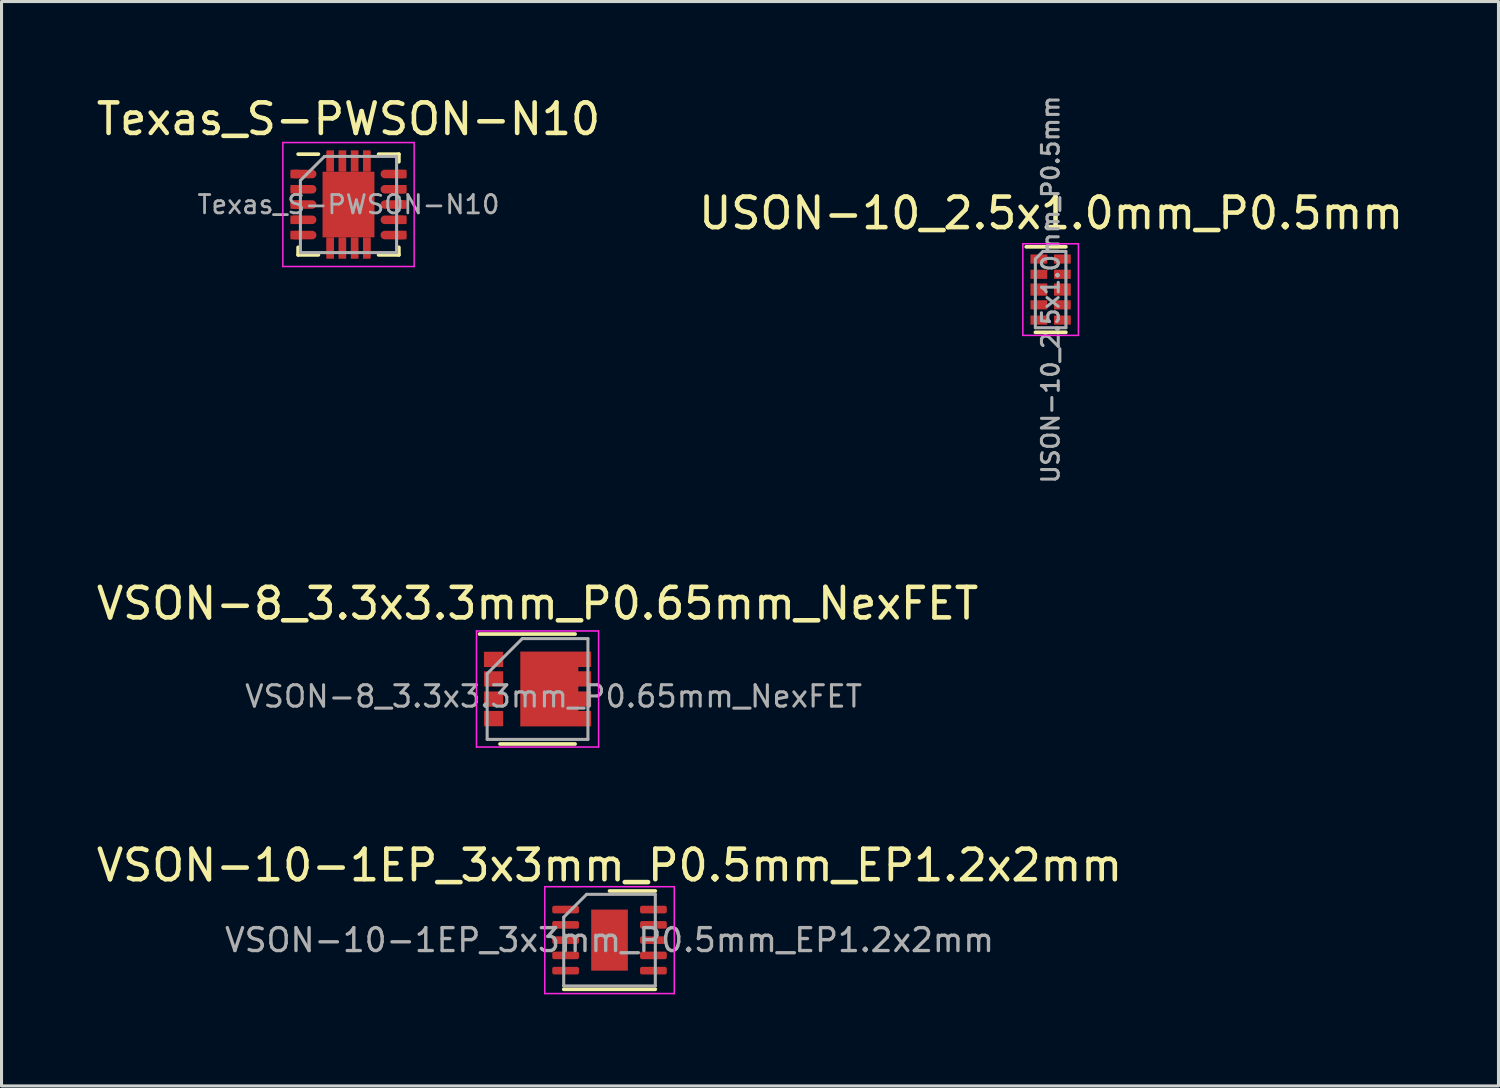
<source format=kicad_pcb>
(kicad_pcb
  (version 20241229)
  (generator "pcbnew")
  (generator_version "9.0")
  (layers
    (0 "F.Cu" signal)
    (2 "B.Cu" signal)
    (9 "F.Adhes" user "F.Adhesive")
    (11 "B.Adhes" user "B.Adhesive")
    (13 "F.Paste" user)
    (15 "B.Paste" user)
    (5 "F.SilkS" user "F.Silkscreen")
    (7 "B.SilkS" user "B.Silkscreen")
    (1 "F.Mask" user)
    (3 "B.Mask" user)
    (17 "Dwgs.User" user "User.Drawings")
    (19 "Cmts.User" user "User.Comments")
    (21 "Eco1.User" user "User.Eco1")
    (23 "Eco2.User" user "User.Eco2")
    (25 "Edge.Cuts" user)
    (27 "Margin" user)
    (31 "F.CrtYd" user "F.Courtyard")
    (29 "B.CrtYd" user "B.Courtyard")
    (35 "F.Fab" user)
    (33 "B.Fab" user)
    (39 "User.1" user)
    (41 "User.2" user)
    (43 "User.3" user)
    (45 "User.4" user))
  (footprint "VSON-8_3.3x3.3mm_P0.65mm_NexFET"
    (layer "F.Cu")
    (at 14.554 19.514)
    (property "Reference" "VSON-8_3.3x3.3mm_P0.65mm_NexFET" (at 0 -2.8 0) (layer "F.SilkS") (effects (font (size 1 1) (thickness 0.15))))
    (attr smd)
    (fp_line (start -1.9 -1.8) (end 1.23 -1.8) (stroke (width 0.12) (type solid)) (layer "F.SilkS"))
    (fp_line (start -1.23 1.8) (end 1.23 1.8) (stroke (width 0.12) (type solid)) (layer "F.SilkS"))
    (fp_line (start -2 -1.9) (end -2 1.9) (stroke (width 0.05) (type solid)) (layer "F.CrtYd"))
    (fp_line (start -2 -1.9) (end 2 -1.9) (stroke (width 0.05) (type solid)) (layer "F.CrtYd"))
    (fp_line (start -2 1.9) (end 2 1.9) (stroke (width 0.05) (type solid)) (layer "F.CrtYd"))
    (fp_line (start 2 -1.9) (end 2 1.9) (stroke (width 0.05) (type solid)) (layer "F.CrtYd"))
    (fp_line (start -1.65 -0.5) (end -0.5 -1.65) (stroke (width 0.1) (type solid)) (layer "F.Fab"))
    (fp_line (start -1.65 1.65) (end -1.65 -0.5) (stroke (width 0.1) (type solid)) (layer "F.Fab"))
    (fp_line (start -0.5 -1.65) (end 1.65 -1.65) (stroke (width 0.1) (type solid)) (layer "F.Fab"))
    (fp_line (start 1.65 -1.65) (end 1.65 1.65) (stroke (width 0.1) (type solid)) (layer "F.Fab"))
    (fp_line (start 1.65 1.65) (end -1.65 1.65) (stroke (width 0.1) (type solid)) (layer "F.Fab"))
    (fp_text user "${REFERENCE}" (at 0.526 0.242 0) (layer "F.Fab") (effects (font (size 0.7 0.7) (thickness 0.1))))
    (pad "" smd rect (at -0.09 -0.61) (size 0.57 0.738) (layers "F.Paste"))
    (pad "" smd rect (at -0.09 0.61) (size 0.57 0.738) (layers "F.Paste"))
    (pad "" smd rect (at 0.86 -0.61) (size 0.57 0.738) (layers "F.Paste"))
    (pad "" smd rect (at 0.86 0.61) (size 0.57 0.738) (layers "F.Paste"))
    (pad "" smd rect (at 1.44 -0.973) (size 0.63 0.505) (layers "F.Paste"))
    (pad "" smd rect (at 1.44 -0.33) (size 0.63 0.5) (layers "F.Paste"))
    (pad "" smd rect (at 1.44 0.33) (size 0.63 0.5) (layers "F.Paste"))
    (pad "" smd rect (at 1.44 0.973) (size 0.63 0.505) (layers "F.Paste"))
    (pad "1" smd rect (at -1.44 -0.97) (size 0.63 0.5) (layers "F.Cu" "F.Mask" "F.Paste"))
    (pad "2" smd rect (at -1.44 -0.33) (size 0.63 0.5) (layers "F.Cu" "F.Mask" "F.Paste"))
    (pad "3" smd rect (at -1.44 0.33) (size 0.63 0.5) (layers "F.Cu" "F.Mask" "F.Paste"))
    (pad "4" smd rect (at -1.44 0.97) (size 0.63 0.5) (layers "F.Cu" "F.Mask" "F.Paste"))
    (pad "5" smd custom (at 0.385 0) (size 1.9 2.45) (layers "F.Cu" "F.Mask") (options (anchor rect)) (primitives (gr_poly (pts (xy 1.371 -0.72) (xy 0.95 -0.72) (xy 0.95 -0.58) (xy 1.37 -0.58) (xy 1.37 -0.08) (xy 0.95 -0.08) (xy 0.95 0.08) (xy 1.37 0.08) (xy 1.37 0.58) (xy 0.95 0.58) (xy 0.95 0.72) (xy 1.37 0.72) (xy 1.37 1.225) (xy -0.95 1.225) (xy -0.95 -1.225) (xy 1.371 -1.225)) (width 0) (fill yes)))))
  (footprint "Texas_S-PWSON-N10"
    (layer "F.Cu")
    (at 8.363 3.648)
    (property "Reference" "Texas_S-PWSON-N10" (at 0 -2.8 0) (layer "F.SilkS") (effects (font (size 1 1) (thickness 0.15))))
    (attr smd)
    (fp_line (start -1.65 -1.65) (end -0.985 -1.65) (stroke (width 0.12) (type solid)) (layer "F.SilkS"))
    (fp_line (start -1.65 1.65) (end -1.65 1.4) (stroke (width 0.12) (type solid)) (layer "F.SilkS"))
    (fp_line (start -1.65 1.65) (end -0.985 1.65) (stroke (width 0.12) (type solid)) (layer "F.SilkS"))
    (fp_line (start 0.985 -1.65) (end 1.65 -1.65) (stroke (width 0.12) (type solid)) (layer "F.SilkS"))
    (fp_line (start 0.985 1.65) (end 1.65 1.65) (stroke (width 0.12) (type solid)) (layer "F.SilkS"))
    (fp_line (start 1.65 -1.4) (end 1.65 -1.65) (stroke (width 0.12) (type solid)) (layer "F.SilkS"))
    (fp_line (start 1.65 1.4) (end 1.65 1.65) (stroke (width 0.12) (type solid)) (layer "F.SilkS"))
    (fp_line (start -2.15 -2.03) (end -2.15 2.03) (stroke (width 0.05) (type solid)) (layer "F.CrtYd"))
    (fp_line (start -2.15 -2.03) (end 2.15 -2.03) (stroke (width 0.05) (type solid)) (layer "F.CrtYd"))
    (fp_line (start -2.15 2.03) (end 2.15 2.03) (stroke (width 0.05) (type solid)) (layer "F.CrtYd"))
    (fp_line (start 2.15 -2.03) (end 2.15 2.03) (stroke (width 0.05) (type solid)) (layer "F.CrtYd"))
    (fp_line (start -1.575 1.575) (end -1.575 -0.787) (stroke (width 0.1) (type solid)) (layer "F.Fab"))
    (fp_line (start -0.787 -1.575) (end -1.575 -0.787) (stroke (width 0.1) (type solid)) (layer "F.Fab"))
    (fp_line (start -0.787 -1.575) (end 1.575 -1.575) (stroke (width 0.1) (type solid)) (layer "F.Fab"))
    (fp_line (start 1.575 -1.575) (end 1.575 1.575) (stroke (width 0.1) (type solid)) (layer "F.Fab"))
    (fp_line (start 1.575 1.575) (end -1.575 1.575) (stroke (width 0.1) (type solid)) (layer "F.Fab"))
    (fp_text user "${REFERENCE}" (at 0 0 0) (layer "F.Fab") (effects (font (size 0.6 0.6) (thickness 0.09))))
    (pad "1" smd rect (at -1.76 -1) (size 0.28 0.28) (layers "F.Cu" "F.Mask" "F.Paste"))
    (pad "1" smd oval (at -1.475 -1) (size 0.85 0.28) (layers "F.Cu" "F.Mask" "F.Paste"))
    (pad "2" smd rect (at -1.76 -0.5) (size 0.28 0.28) (layers "F.Cu" "F.Mask" "F.Paste"))
    (pad "2" smd oval (at -1.475 -0.5) (size 0.85 0.28) (layers "F.Cu" "F.Mask" "F.Paste"))
    (pad "3" smd rect (at -1.76 0) (size 0.28 0.28) (layers "F.Cu" "F.Mask" "F.Paste"))
    (pad "3" smd oval (at -1.475 0) (size 0.85 0.28) (layers "F.Cu" "F.Mask" "F.Paste"))
    (pad "4" smd rect (at -1.76 0.5) (size 0.28 0.28) (layers "F.Cu" "F.Mask" "F.Paste"))
    (pad "4" smd oval (at -1.475 0.5) (size 0.85 0.28) (layers "F.Cu" "F.Mask" "F.Paste"))
    (pad "5" smd rect (at -1.76 1) (size 0.28 0.28) (layers "F.Cu" "F.Mask" "F.Paste"))
    (pad "5" smd oval (at -1.475 1) (size 0.85 0.28) (layers "F.Cu" "F.Mask" "F.Paste"))
    (pad "6" smd oval (at 1.475 1) (size 0.85 0.28) (layers "F.Cu" "F.Mask" "F.Paste"))
    (pad "6" smd rect (at 1.76 1) (size 0.28 0.28) (layers "F.Cu" "F.Mask" "F.Paste"))
    (pad "7" smd oval (at 1.475 0.5) (size 0.85 0.28) (layers "F.Cu" "F.Mask" "F.Paste"))
    (pad "7" smd rect (at 1.76 0.5) (size 0.28 0.28) (layers "F.Cu" "F.Mask" "F.Paste"))
    (pad "8" smd oval (at 1.475 0) (size 0.85 0.28) (layers "F.Cu" "F.Mask" "F.Paste"))
    (pad "8" smd rect (at 1.76 0) (size 0.28 0.28) (layers "F.Cu" "F.Mask" "F.Paste"))
    (pad "9" smd oval (at 1.475 -0.5) (size 0.85 0.28) (layers "F.Cu" "F.Mask" "F.Paste"))
    (pad "9" smd rect (at 1.76 -0.5) (size 0.28 0.28) (layers "F.Cu" "F.Mask" "F.Paste"))
    (pad "10" smd oval (at 1.475 -1) (size 0.85 0.28) (layers "F.Cu" "F.Mask" "F.Paste"))
    (pad "10" smd rect (at 1.76 -1) (size 0.28 0.28) (layers "F.Cu" "F.Mask" "F.Paste"))
    (pad "11" smd rect (at -0.6 -1.425) (size 0.23 0.6) (layers "F.Cu" "F.Mask" "F.Paste"))
    (pad "11" smd rect (at -0.6 -1.425) (size 0.25 0.7) (layers "F.Cu" "F.Mask"))
    (pad "11" smd rect (at -0.6 1.425) (size 0.23 0.6) (layers "F.Cu" "F.Mask" "F.Paste"))
    (pad "11" smd rect (at -0.6 1.425) (size 0.25 0.7) (layers "F.Cu" "F.Mask"))
    (pad "11" smd rect (at -0.435 -0.56) (size 0.65 0.9) (layers "F.Cu" "F.Mask" "F.Paste"))
    (pad "11" smd rect (at -0.435 0.56) (size 0.65 0.9) (layers "F.Cu" "F.Mask" "F.Paste"))
    (pad "11" smd rect (at -0.2 -1.425) (size 0.23 0.6) (layers "F.Cu" "F.Mask" "F.Paste"))
    (pad "11" smd rect (at -0.2 -1.425) (size 0.25 0.7) (layers "F.Cu" "F.Mask"))
    (pad "11" smd rect (at -0.2 1.425) (size 0.23 0.6) (layers "F.Cu" "F.Mask" "F.Paste"))
    (pad "11" smd rect (at -0.2 1.425) (size 0.25 0.7) (layers "F.Cu" "F.Mask"))
    (pad "11" smd rect (at 0 0) (size 1.7 2.15) (layers "F.Cu" "F.Mask"))
    (pad "11" smd rect (at 0.2 -1.425) (size 0.23 0.6) (layers "F.Cu" "F.Mask" "F.Paste"))
    (pad "11" smd rect (at 0.2 -1.425) (size 0.25 0.7) (layers "F.Cu" "F.Mask"))
    (pad "11" smd rect (at 0.2 1.425) (size 0.23 0.6) (layers "F.Cu" "F.Mask" "F.Paste"))
    (pad "11" smd rect (at 0.2 1.425) (size 0.25 0.7) (layers "F.Cu" "F.Mask"))
    (pad "11" smd rect (at 0.435 -0.56) (size 0.65 0.9) (layers "F.Cu" "F.Mask" "F.Paste"))
    (pad "11" smd rect (at 0.435 0.56) (size 0.65 0.9) (layers "F.Cu" "F.Mask" "F.Paste"))
    (pad "11" smd rect (at 0.6 -1.425) (size 0.23 0.6) (layers "F.Cu" "F.Mask" "F.Paste"))
    (pad "11" smd rect (at 0.6 -1.425) (size 0.25 0.7) (layers "F.Cu" "F.Mask"))
    (pad "11" smd rect (at 0.6 1.425) (size 0.23 0.6) (layers "F.Cu" "F.Mask" "F.Paste"))
    (pad "11" smd rect (at 0.6 1.425) (size 0.25 0.7) (layers "F.Cu" "F.Mask")))
  (footprint "USON-10_2.5x1.0mm_P0.5mm"
    (layer "F.Cu")
    (at 31.357 6.433)
    (property "Reference" "USON-10_2.5x1.0mm_P0.5mm" (at 0.018 -2.5 0) (layer "F.SilkS") (effects (font (size 1 1) (thickness 0.15))))
    (attr smd)
    (fp_line (start 0.5 -1.4) (end -0.8 -1.4) (stroke (width 0.12) (type solid)) (layer "F.SilkS"))
    (fp_line (start 0.5 1.4) (end -0.5 1.4) (stroke (width 0.12) (type solid)) (layer "F.SilkS"))
    (fp_line (start -0.91 -1.5) (end 0.91 -1.5) (stroke (width 0.05) (type solid)) (layer "F.CrtYd"))
    (fp_line (start -0.91 1.5) (end -0.91 -1.5) (stroke (width 0.05) (type solid)) (layer "F.CrtYd"))
    (fp_line (start 0.91 -1.5) (end 0.91 1.5) (stroke (width 0.05) (type solid)) (layer "F.CrtYd"))
    (fp_line (start 0.91 1.5) (end -0.91 1.5) (stroke (width 0.05) (type solid)) (layer "F.CrtYd"))
    (fp_line (start -0.5 -1) (end -0.5 1.25) (stroke (width 0.1) (type solid)) (layer "F.Fab"))
    (fp_line (start -0.5 1.25) (end 0.5 1.25) (stroke (width 0.1) (type solid)) (layer "F.Fab"))
    (fp_line (start -0.25 -1.25) (end -0.5 -1) (stroke (width 0.1) (type solid)) (layer "F.Fab"))
    (fp_line (start 0.5 -1.25) (end -0.25 -1.25) (stroke (width 0.1) (type solid)) (layer "F.Fab"))
    (fp_line (start 0.5 -1.25) (end 0.5 1.25) (stroke (width 0.1) (type solid)) (layer "F.Fab"))
    (fp_text user "${REFERENCE}" (at 0 0 90) (layer "F.Fab") (effects (font (size 0.55 0.55) (thickness 0.1))))
    (pad "1" smd rect (at -0.385 -1 270) (size 0.3 0.55) (layers "F.Cu" "F.Mask" "F.Paste"))
    (pad "2" smd rect (at -0.385 -0.5 270) (size 0.3 0.55) (layers "F.Cu" "F.Mask" "F.Paste"))
    (pad "3" smd rect (at -0.385 0 270) (size 0.4 0.55) (layers "F.Cu" "F.Mask" "F.Paste"))
    (pad "4" smd rect (at -0.385 0.5 270) (size 0.3 0.55) (layers "F.Cu" "F.Mask" "F.Paste"))
    (pad "5" smd rect (at -0.385 1 270) (size 0.3 0.55) (layers "F.Cu" "F.Mask" "F.Paste"))
    (pad "6" smd rect (at 0.385 1 270) (size 0.3 0.55) (layers "F.Cu" "F.Mask" "F.Paste"))
    (pad "7" smd rect (at 0.385 0.5 270) (size 0.3 0.55) (layers "F.Cu" "F.Mask" "F.Paste"))
    (pad "8" smd rect (at 0.385 0 270) (size 0.4 0.55) (layers "F.Cu" "F.Mask" "F.Paste"))
    (pad "9" smd rect (at 0.385 -0.5 270) (size 0.3 0.55) (layers "F.Cu" "F.Mask" "F.Paste"))
    (pad "10" smd rect (at 0.385 -1 270) (size 0.3 0.55) (layers "F.Cu" "F.Mask" "F.Paste")))
  (footprint "VSON-10-1EP_3x3mm_P0.5mm_EP1.2x2mm"
    (layer "F.Cu")
    (at 16.911 27.738)
    (property "Reference" "VSON-10-1EP_3x3mm_P0.5mm_EP1.2x2mm" (at 0 -2.45 0) (layer "F.SilkS") (effects (font (size 1 1) (thickness 0.15))))
    (attr smd)
    (fp_line (start -1.5 1.61) (end 1.5 1.61) (stroke (width 0.12) (type solid)) (layer "F.SilkS"))
    (fp_line (start 0 -1.61) (end 1.5 -1.61) (stroke (width 0.12) (type solid)) (layer "F.SilkS"))
    (fp_line (start -2.12 -1.75) (end -2.12 1.75) (stroke (width 0.05) (type solid)) (layer "F.CrtYd"))
    (fp_line (start -2.12 1.75) (end 2.12 1.75) (stroke (width 0.05) (type solid)) (layer "F.CrtYd"))
    (fp_line (start 2.12 -1.75) (end -2.12 -1.75) (stroke (width 0.05) (type solid)) (layer "F.CrtYd"))
    (fp_line (start 2.12 1.75) (end 2.12 -1.75) (stroke (width 0.05) (type solid)) (layer "F.CrtYd"))
    (fp_line (start -1.5 -0.75) (end -0.75 -1.5) (stroke (width 0.1) (type solid)) (layer "F.Fab"))
    (fp_line (start -1.5 1.5) (end -1.5 -0.75) (stroke (width 0.1) (type solid)) (layer "F.Fab"))
    (fp_line (start -0.75 -1.5) (end 1.5 -1.5) (stroke (width 0.1) (type solid)) (layer "F.Fab"))
    (fp_line (start 1.5 -1.5) (end 1.5 1.5) (stroke (width 0.1) (type solid)) (layer "F.Fab"))
    (fp_line (start 1.5 1.5) (end -1.5 1.5) (stroke (width 0.1) (type solid)) (layer "F.Fab"))
    (fp_text user "${REFERENCE}" (at 0 0 0) (layer "F.Fab") (effects (font (size 0.75 0.75) (thickness 0.11))))
    (pad "" smd roundrect (at -0.3 -0.5) (size 0.48 0.81) (layers "F.Paste") (roundrect_rratio 0.25))
    (pad "" smd roundrect (at -0.3 0.5) (size 0.48 0.81) (layers "F.Paste") (roundrect_rratio 0.25))
    (pad "" smd roundrect (at 0.3 -0.5) (size 0.48 0.81) (layers "F.Paste") (roundrect_rratio 0.25))
    (pad "" smd roundrect (at 0.3 0.5) (size 0.48 0.81) (layers "F.Paste") (roundrect_rratio 0.25))
    (pad "1" smd roundrect (at -1.438 -1) (size 0.875 0.25) (layers "F.Cu" "F.Mask" "F.Paste") (roundrect_rratio 0.25))
    (pad "2" smd roundrect (at -1.438 -0.5) (size 0.875 0.25) (layers "F.Cu" "F.Mask" "F.Paste") (roundrect_rratio 0.25))
    (pad "3" smd roundrect (at -1.438 0) (size 0.875 0.25) (layers "F.Cu" "F.Mask" "F.Paste") (roundrect_rratio 0.25))
    (pad "4" smd roundrect (at -1.438 0.5) (size 0.875 0.25) (layers "F.Cu" "F.Mask" "F.Paste") (roundrect_rratio 0.25))
    (pad "5" smd roundrect (at -1.438 1) (size 0.875 0.25) (layers "F.Cu" "F.Mask" "F.Paste") (roundrect_rratio 0.25))
    (pad "6" smd roundrect (at 1.438 1) (size 0.875 0.25) (layers "F.Cu" "F.Mask" "F.Paste") (roundrect_rratio 0.25))
    (pad "7" smd roundrect (at 1.438 0.5) (size 0.875 0.25) (layers "F.Cu" "F.Mask" "F.Paste") (roundrect_rratio 0.25))
    (pad "8" smd roundrect (at 1.438 0) (size 0.875 0.25) (layers "F.Cu" "F.Mask" "F.Paste") (roundrect_rratio 0.25))
    (pad "9" smd roundrect (at 1.438 -0.5) (size 0.875 0.25) (layers "F.Cu" "F.Mask" "F.Paste") (roundrect_rratio 0.25))
    (pad "10" smd roundrect (at 1.438 -1) (size 0.875 0.25) (layers "F.Cu" "F.Mask" "F.Paste") (roundrect_rratio 0.25))
    (pad "11" smd rect (at 0 0) (size 1.2 2) (layers "F.Cu" "F.Mask")))
  (gr_rect
    (start -3 -3)
    (end 46.024 32.513)
    (stroke (width 0.1) (type default))
    (fill no)
    (layer "Edge.Cuts")))
</source>
